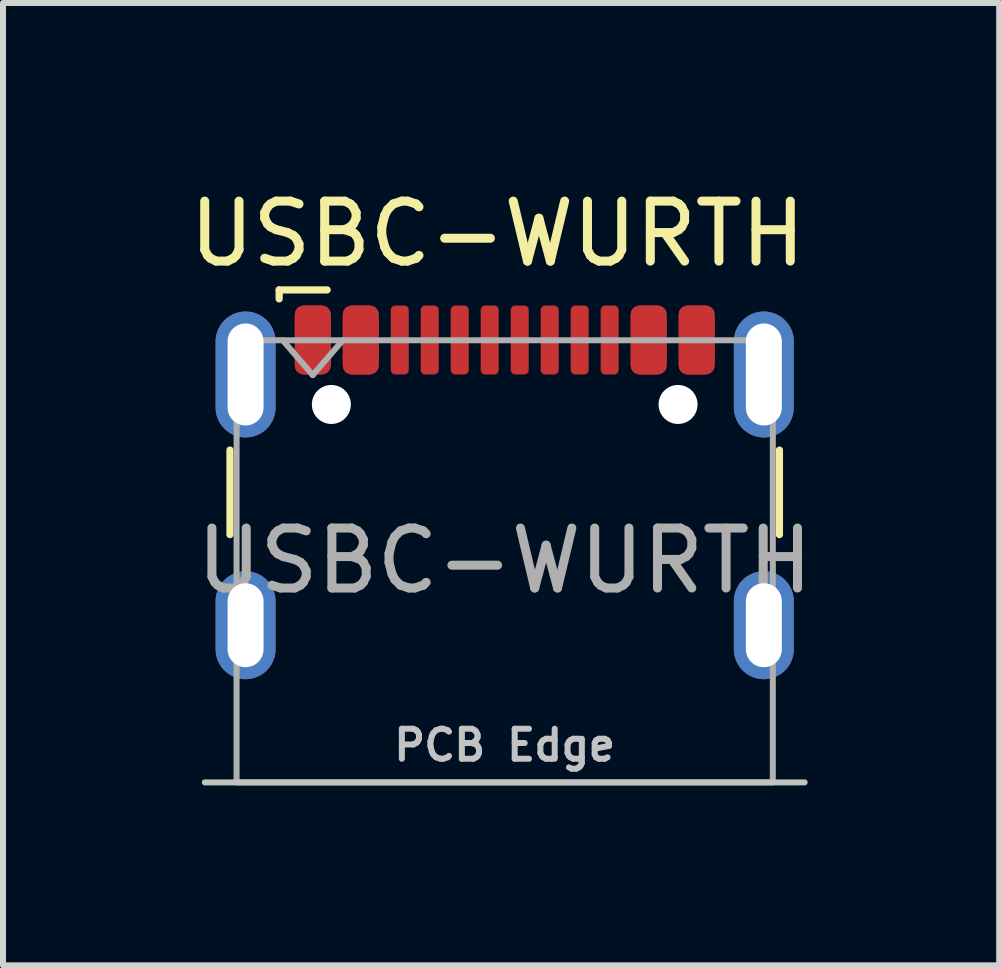
<source format=kicad_pcb>
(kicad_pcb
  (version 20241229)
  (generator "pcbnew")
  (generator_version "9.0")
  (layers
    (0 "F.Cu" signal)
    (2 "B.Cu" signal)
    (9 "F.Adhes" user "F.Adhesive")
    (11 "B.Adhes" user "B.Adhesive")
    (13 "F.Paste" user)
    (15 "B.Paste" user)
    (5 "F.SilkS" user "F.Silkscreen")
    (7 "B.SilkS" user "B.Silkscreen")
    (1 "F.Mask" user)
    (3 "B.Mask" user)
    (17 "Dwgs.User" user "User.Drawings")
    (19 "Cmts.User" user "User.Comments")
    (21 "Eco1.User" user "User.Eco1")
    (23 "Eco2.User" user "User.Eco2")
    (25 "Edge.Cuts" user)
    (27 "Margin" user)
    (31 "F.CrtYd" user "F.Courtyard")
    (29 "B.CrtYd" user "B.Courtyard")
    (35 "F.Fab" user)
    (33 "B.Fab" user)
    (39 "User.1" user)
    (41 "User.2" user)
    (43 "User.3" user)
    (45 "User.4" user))
  (footprint "USBC-WURTH"
    (layer "F.Cu")
    (at 5.364 6.298)
    (property "Reference" "USBC-WURTH" (at -0.12 -5.45 0) (unlocked yes) (layer "F.SilkS") (effects (font (size 1 1) (thickness 0.15))))
    (attr smd)
    (fp_line (start -4.58 -0.435) (end -4.58 -1.845) (stroke (width 0.12) (type default)) (layer "F.SilkS"))
    (fp_line (start -3.76 -4.515) (end -3.76 -4.365) (stroke (width 0.12) (type default)) (layer "F.SilkS"))
    (fp_line (start -2.96 -4.515) (end -3.76 -4.515) (stroke (width 0.12) (type default)) (layer "F.SilkS"))
    (fp_line (start 4.58 -0.435) (end 4.58 -1.845) (stroke (width 0.12) (type default)) (layer "F.SilkS"))
    (fp_line (start -5 3.695) (end 5 3.695) (stroke (width 0.1) (type default)) (layer "Dwgs.User"))
    (fp_line (start -3.7 -3.675) (end -3.2 -3.095) (stroke (width 0.1) (type default)) (layer "F.Fab"))
    (fp_line (start -3.2 -3.095) (end -2.7 -3.675) (stroke (width 0.1) (type default)) (layer "F.Fab"))
    (fp_rect (start -4.47 -3.675) (end 4.47 3.695) (stroke (width 0.1) (type default)) (fill no) (layer "F.Fab"))
    (fp_text user "PCB Edge" (at 0 3.075 0) (unlocked yes) (layer "Dwgs.User") (effects (font (size 0.5 0.5) (thickness 0.1) (bold yes))))
    (fp_text user "${REFERENCE}" (at 0 0 0) (unlocked yes) (layer "F.Fab") (effects (font (size 1 1) (thickness 0.15))))
    (pad "" np_thru_hole circle (at -2.89 -2.605) (size 0.65 0.65) (drill 0.65) (layers "*.Cu" "*.Mask"))
    (pad "" np_thru_hole circle (at 2.89 -2.605) (size 0.65 0.65) (drill 0.65) (layers "*.Cu" "*.Mask"))
    (pad "A1" smd roundrect (at -3.2 -3.68) (size 0.6 1.15) (layers "F.Cu" "F.Mask" "F.Paste") (roundrect_rratio 0.25))
    (pad "A4" smd roundrect (at -2.4 -3.68) (size 0.6 1.15) (layers "F.Cu" "F.Mask" "F.Paste") (roundrect_rratio 0.25))
    (pad "A5" smd roundrect (at -1.25 -3.68) (size 0.3 1.15) (layers "F.Cu" "F.Mask" "F.Paste") (roundrect_rratio 0.25))
    (pad "A6" smd roundrect (at -0.25 -3.68) (size 0.3 1.15) (layers "F.Cu" "F.Mask" "F.Paste") (roundrect_rratio 0.25))
    (pad "A7" smd roundrect (at 0.25 -3.68) (size 0.3 1.15) (layers "F.Cu" "F.Mask" "F.Paste") (roundrect_rratio 0.25))
    (pad "A8" smd roundrect (at 1.25 -3.68) (size 0.3 1.15) (layers "F.Cu" "F.Mask" "F.Paste") (roundrect_rratio 0.25))
    (pad "A9" smd roundrect (at 2.4 -3.68) (size 0.6 1.15) (layers "F.Cu" "F.Mask" "F.Paste") (roundrect_rratio 0.25))
    (pad "A12" smd roundrect (at 3.2 -3.68) (size 0.6 1.15) (layers "F.Cu" "F.Mask" "F.Paste") (roundrect_rratio 0.25))
    (pad "B1" smd roundrect (at 3.2 -3.68) (size 0.6 1.15) (layers "F.Cu" "F.Mask" "F.Paste") (roundrect_rratio 0.25))
    (pad "B4" smd roundrect (at 2.4 -3.68) (size 0.6 1.15) (layers "F.Cu" "F.Mask" "F.Paste") (roundrect_rratio 0.25))
    (pad "B5" smd roundrect (at 1.75 -3.68) (size 0.3 1.15) (layers "F.Cu" "F.Mask" "F.Paste") (roundrect_rratio 0.25))
    (pad "B6" smd roundrect (at 0.75 -3.68) (size 0.3 1.15) (layers "F.Cu" "F.Mask" "F.Paste") (roundrect_rratio 0.25))
    (pad "B7" smd roundrect (at -0.75 -3.68) (size 0.3 1.15) (layers "F.Cu" "F.Mask" "F.Paste") (roundrect_rratio 0.25))
    (pad "B8" smd roundrect (at -1.75 -3.68) (size 0.3 1.15) (layers "F.Cu" "F.Mask" "F.Paste") (roundrect_rratio 0.25))
    (pad "B9" smd roundrect (at -2.4 -3.68) (size 0.6 1.15) (layers "F.Cu" "F.Mask" "F.Paste") (roundrect_rratio 0.25))
    (pad "B12" smd roundrect (at -3.2 -3.68) (size 0.6 1.15) (layers "F.Cu" "F.Mask" "F.Paste") (roundrect_rratio 0.25))
    (pad "S1" thru_hole oval (at -4.32 -3.105) (size 1 2.1) (drill oval 0.6 1.7) (layers "*.Cu" "*.Mask"))
    (pad "S1" thru_hole oval (at -4.32 1.075) (size 1 1.8) (drill oval 0.6 1.4) (layers "*.Cu" "*.Mask"))
    (pad "S1" thru_hole oval (at 4.32 -3.105) (size 1 2.1) (drill oval 0.6 1.7) (layers "*.Cu" "*.Mask"))
    (pad "S1" thru_hole oval (at 4.32 1.075) (size 1 1.8) (drill oval 0.6 1.4) (layers "*.Cu" "*.Mask")))
  (gr_rect
    (start -3 -3)
    (end 13.608 13.043)
    (stroke (width 0.1) (type default))
    (fill no)
    (layer "Edge.Cuts")))
</source>
